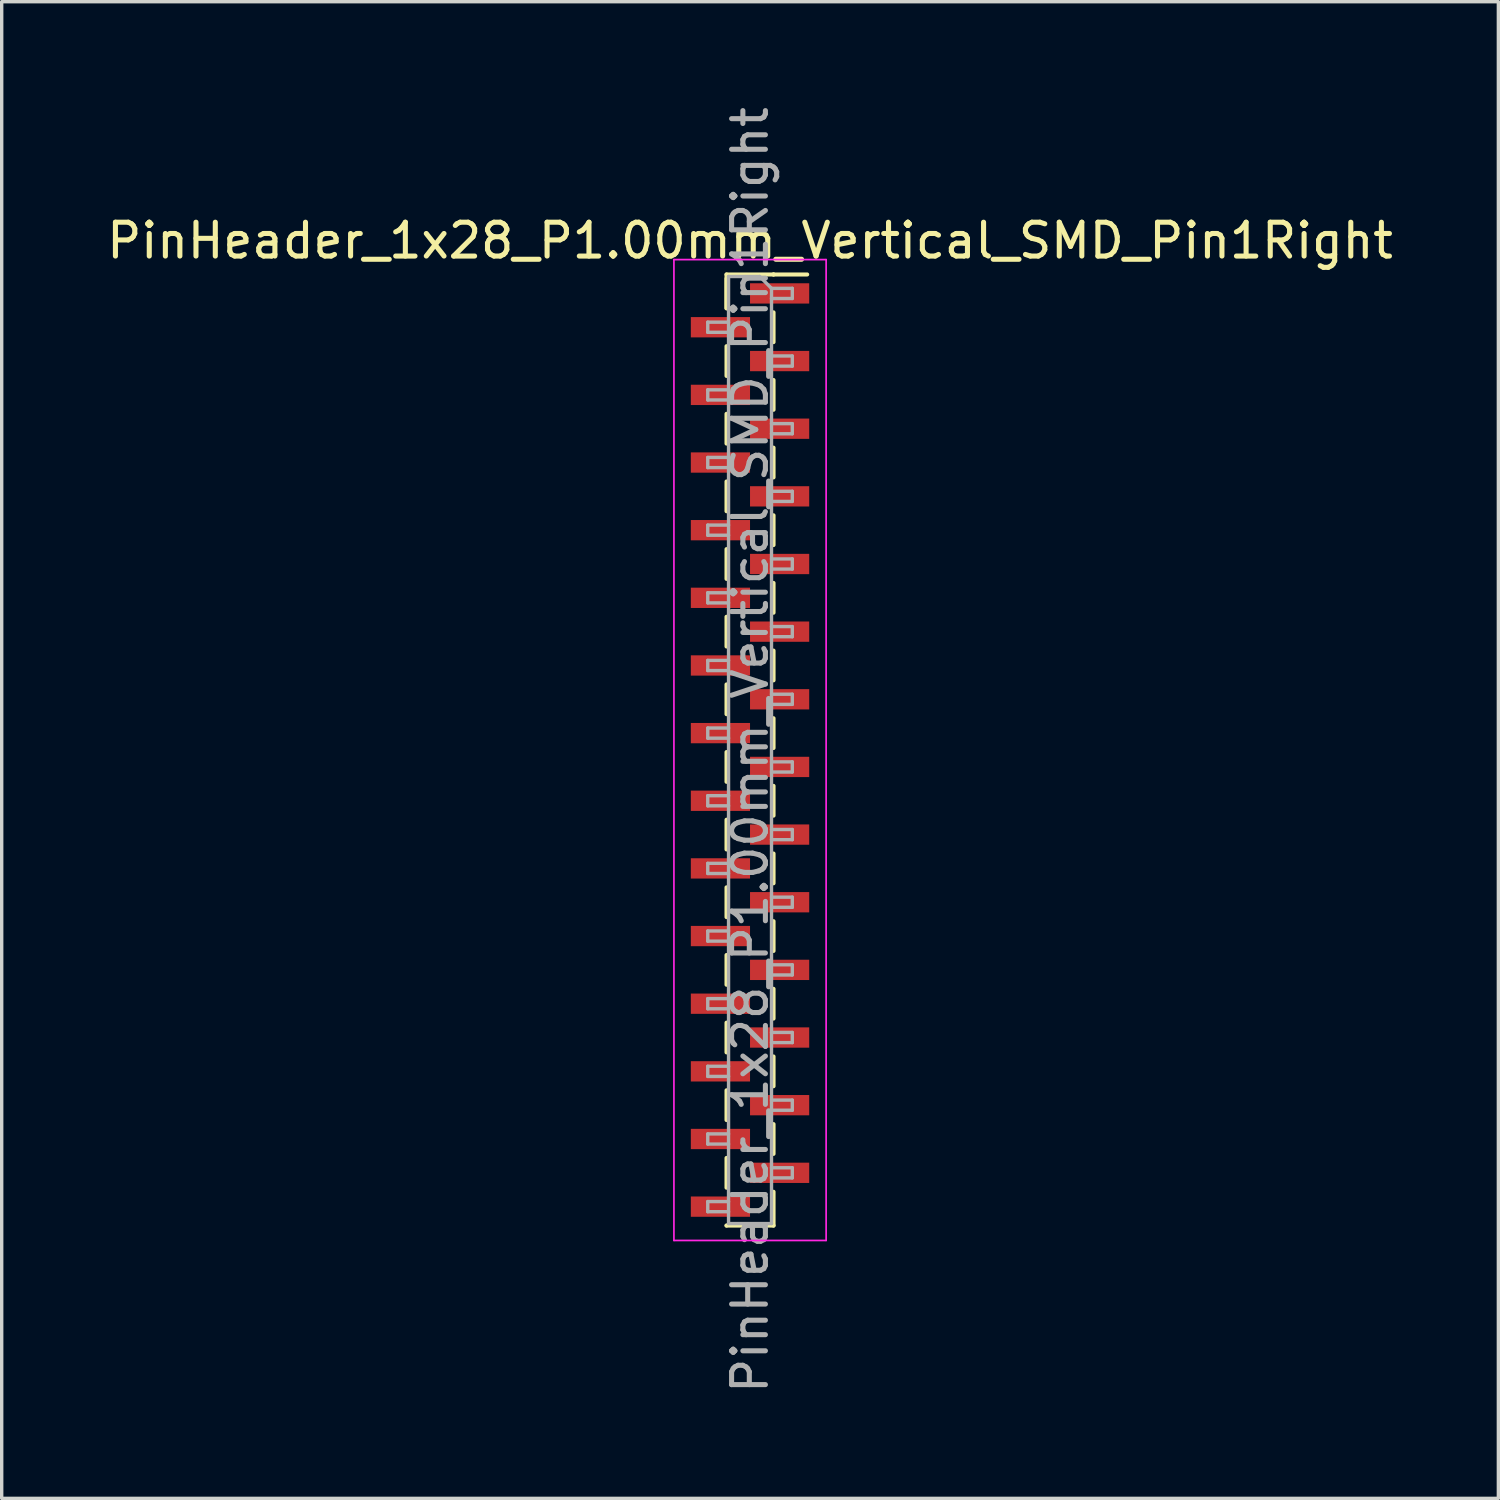
<source format=kicad_pcb>
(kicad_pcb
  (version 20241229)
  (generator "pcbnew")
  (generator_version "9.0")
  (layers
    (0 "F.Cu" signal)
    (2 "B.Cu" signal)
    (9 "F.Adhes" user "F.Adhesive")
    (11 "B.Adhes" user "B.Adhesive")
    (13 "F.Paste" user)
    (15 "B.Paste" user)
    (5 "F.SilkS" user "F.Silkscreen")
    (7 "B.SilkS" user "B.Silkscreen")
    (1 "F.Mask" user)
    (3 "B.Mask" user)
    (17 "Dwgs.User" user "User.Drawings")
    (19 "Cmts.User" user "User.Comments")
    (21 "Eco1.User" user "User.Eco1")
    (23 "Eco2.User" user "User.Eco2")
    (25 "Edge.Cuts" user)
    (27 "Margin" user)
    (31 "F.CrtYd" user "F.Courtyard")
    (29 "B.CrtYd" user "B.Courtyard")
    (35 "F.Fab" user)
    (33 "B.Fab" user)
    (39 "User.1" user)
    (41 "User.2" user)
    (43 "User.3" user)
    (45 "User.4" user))
  (footprint "PinHeader_1x28_P1.00mm_Vertical_SMD_Pin1Right"
    (layer "F.Cu")
    (at 19.125 19.125)
    (property "Reference" "PinHeader_1x28_P1.00mm_Vertical_SMD_Pin1Right" (at 0 -15.06 0) (layer "F.SilkS") (effects (font (size 1 1) (thickness 0.15))))
    (attr smd)
    (fp_line (start -0.695 -14.06) (end -0.695 -13.06) (stroke (width 0.12) (type solid)) (layer "F.SilkS"))
    (fp_line (start -0.695 -14.06) (end 0.695 -14.06) (stroke (width 0.12) (type solid)) (layer "F.SilkS"))
    (fp_line (start -0.695 -13.94) (end -0.695 -13.06) (stroke (width 0.12) (type solid)) (layer "F.SilkS"))
    (fp_line (start -0.695 -11.94) (end -0.695 -11.06) (stroke (width 0.12) (type solid)) (layer "F.SilkS"))
    (fp_line (start -0.695 -9.94) (end -0.695 -9.06) (stroke (width 0.12) (type solid)) (layer "F.SilkS"))
    (fp_line (start -0.695 -7.94) (end -0.695 -7.06) (stroke (width 0.12) (type solid)) (layer "F.SilkS"))
    (fp_line (start -0.695 -5.94) (end -0.695 -5.06) (stroke (width 0.12) (type solid)) (layer "F.SilkS"))
    (fp_line (start -0.695 -3.94) (end -0.695 -3.06) (stroke (width 0.12) (type solid)) (layer "F.SilkS"))
    (fp_line (start -0.695 -1.94) (end -0.695 -1.06) (stroke (width 0.12) (type solid)) (layer "F.SilkS"))
    (fp_line (start -0.695 0.06) (end -0.695 0.94) (stroke (width 0.12) (type solid)) (layer "F.SilkS"))
    (fp_line (start -0.695 2.06) (end -0.695 2.94) (stroke (width 0.12) (type solid)) (layer "F.SilkS"))
    (fp_line (start -0.695 4.06) (end -0.695 4.94) (stroke (width 0.12) (type solid)) (layer "F.SilkS"))
    (fp_line (start -0.695 6.06) (end -0.695 6.94) (stroke (width 0.12) (type solid)) (layer "F.SilkS"))
    (fp_line (start -0.695 8.06) (end -0.695 8.94) (stroke (width 0.12) (type solid)) (layer "F.SilkS"))
    (fp_line (start -0.695 10.06) (end -0.695 10.94) (stroke (width 0.12) (type solid)) (layer "F.SilkS"))
    (fp_line (start -0.695 12.06) (end -0.695 12.94) (stroke (width 0.12) (type solid)) (layer "F.SilkS"))
    (fp_line (start -0.695 14.06) (end -0.695 14.06) (stroke (width 0.12) (type solid)) (layer "F.SilkS"))
    (fp_line (start -0.695 14.06) (end 0.695 14.06) (stroke (width 0.12) (type solid)) (layer "F.SilkS"))
    (fp_line (start 0.695 -14.06) (end 0.695 -14.06) (stroke (width 0.12) (type solid)) (layer "F.SilkS"))
    (fp_line (start 0.695 -14.06) (end 1.69 -14.06) (stroke (width 0.12) (type solid)) (layer "F.SilkS"))
    (fp_line (start 0.695 -12.94) (end 0.695 -12.06) (stroke (width 0.12) (type solid)) (layer "F.SilkS"))
    (fp_line (start 0.695 -10.94) (end 0.695 -10.06) (stroke (width 0.12) (type solid)) (layer "F.SilkS"))
    (fp_line (start 0.695 -8.94) (end 0.695 -8.06) (stroke (width 0.12) (type solid)) (layer "F.SilkS"))
    (fp_line (start 0.695 -6.94) (end 0.695 -6.06) (stroke (width 0.12) (type solid)) (layer "F.SilkS"))
    (fp_line (start 0.695 -4.94) (end 0.695 -4.06) (stroke (width 0.12) (type solid)) (layer "F.SilkS"))
    (fp_line (start 0.695 -2.94) (end 0.695 -2.06) (stroke (width 0.12) (type solid)) (layer "F.SilkS"))
    (fp_line (start 0.695 -0.94) (end 0.695 -0.06) (stroke (width 0.12) (type solid)) (layer "F.SilkS"))
    (fp_line (start 0.695 1.06) (end 0.695 1.94) (stroke (width 0.12) (type solid)) (layer "F.SilkS"))
    (fp_line (start 0.695 3.06) (end 0.695 3.94) (stroke (width 0.12) (type solid)) (layer "F.SilkS"))
    (fp_line (start 0.695 5.06) (end 0.695 5.94) (stroke (width 0.12) (type solid)) (layer "F.SilkS"))
    (fp_line (start 0.695 7.06) (end 0.695 7.94) (stroke (width 0.12) (type solid)) (layer "F.SilkS"))
    (fp_line (start 0.695 9.06) (end 0.695 9.94) (stroke (width 0.12) (type solid)) (layer "F.SilkS"))
    (fp_line (start 0.695 11.06) (end 0.695 11.94) (stroke (width 0.12) (type solid)) (layer "F.SilkS"))
    (fp_line (start 0.695 13.06) (end 0.695 14.06) (stroke (width 0.12) (type solid)) (layer "F.SilkS"))
    (fp_line (start -2.25 -14.5) (end -2.25 14.5) (stroke (width 0.05) (type solid)) (layer "F.CrtYd"))
    (fp_line (start -2.25 14.5) (end 2.25 14.5) (stroke (width 0.05) (type solid)) (layer "F.CrtYd"))
    (fp_line (start 2.25 -14.5) (end -2.25 -14.5) (stroke (width 0.05) (type solid)) (layer "F.CrtYd"))
    (fp_line (start 2.25 14.5) (end 2.25 -14.5) (stroke (width 0.05) (type solid)) (layer "F.CrtYd"))
    (fp_line (start -1.25 -12.65) (end -1.25 -12.35) (stroke (width 0.1) (type solid)) (layer "F.Fab"))
    (fp_line (start -1.25 -12.35) (end -0.635 -12.35) (stroke (width 0.1) (type solid)) (layer "F.Fab"))
    (fp_line (start -1.25 -10.65) (end -1.25 -10.35) (stroke (width 0.1) (type solid)) (layer "F.Fab"))
    (fp_line (start -1.25 -10.35) (end -0.635 -10.35) (stroke (width 0.1) (type solid)) (layer "F.Fab"))
    (fp_line (start -1.25 -8.65) (end -1.25 -8.35) (stroke (width 0.1) (type solid)) (layer "F.Fab"))
    (fp_line (start -1.25 -8.35) (end -0.635 -8.35) (stroke (width 0.1) (type solid)) (layer "F.Fab"))
    (fp_line (start -1.25 -6.65) (end -1.25 -6.35) (stroke (width 0.1) (type solid)) (layer "F.Fab"))
    (fp_line (start -1.25 -6.35) (end -0.635 -6.35) (stroke (width 0.1) (type solid)) (layer "F.Fab"))
    (fp_line (start -1.25 -4.65) (end -1.25 -4.35) (stroke (width 0.1) (type solid)) (layer "F.Fab"))
    (fp_line (start -1.25 -4.35) (end -0.635 -4.35) (stroke (width 0.1) (type solid)) (layer "F.Fab"))
    (fp_line (start -1.25 -2.65) (end -1.25 -2.35) (stroke (width 0.1) (type solid)) (layer "F.Fab"))
    (fp_line (start -1.25 -2.35) (end -0.635 -2.35) (stroke (width 0.1) (type solid)) (layer "F.Fab"))
    (fp_line (start -1.25 -0.65) (end -1.25 -0.35) (stroke (width 0.1) (type solid)) (layer "F.Fab"))
    (fp_line (start -1.25 -0.35) (end -0.635 -0.35) (stroke (width 0.1) (type solid)) (layer "F.Fab"))
    (fp_line (start -1.25 1.35) (end -1.25 1.65) (stroke (width 0.1) (type solid)) (layer "F.Fab"))
    (fp_line (start -1.25 1.65) (end -0.635 1.65) (stroke (width 0.1) (type solid)) (layer "F.Fab"))
    (fp_line (start -1.25 3.35) (end -1.25 3.65) (stroke (width 0.1) (type solid)) (layer "F.Fab"))
    (fp_line (start -1.25 3.65) (end -0.635 3.65) (stroke (width 0.1) (type solid)) (layer "F.Fab"))
    (fp_line (start -1.25 5.35) (end -1.25 5.65) (stroke (width 0.1) (type solid)) (layer "F.Fab"))
    (fp_line (start -1.25 5.65) (end -0.635 5.65) (stroke (width 0.1) (type solid)) (layer "F.Fab"))
    (fp_line (start -1.25 7.35) (end -1.25 7.65) (stroke (width 0.1) (type solid)) (layer "F.Fab"))
    (fp_line (start -1.25 7.65) (end -0.635 7.65) (stroke (width 0.1) (type solid)) (layer "F.Fab"))
    (fp_line (start -1.25 9.35) (end -1.25 9.65) (stroke (width 0.1) (type solid)) (layer "F.Fab"))
    (fp_line (start -1.25 9.65) (end -0.635 9.65) (stroke (width 0.1) (type solid)) (layer "F.Fab"))
    (fp_line (start -1.25 11.35) (end -1.25 11.65) (stroke (width 0.1) (type solid)) (layer "F.Fab"))
    (fp_line (start -1.25 11.65) (end -0.635 11.65) (stroke (width 0.1) (type solid)) (layer "F.Fab"))
    (fp_line (start -1.25 13.35) (end -1.25 13.65) (stroke (width 0.1) (type solid)) (layer "F.Fab"))
    (fp_line (start -1.25 13.65) (end -0.635 13.65) (stroke (width 0.1) (type solid)) (layer "F.Fab"))
    (fp_line (start -0.635 -14) (end -0.635 14) (stroke (width 0.1) (type solid)) (layer "F.Fab"))
    (fp_line (start -0.635 -14) (end 0.285 -14) (stroke (width 0.1) (type solid)) (layer "F.Fab"))
    (fp_line (start -0.635 -12.65) (end -1.25 -12.65) (stroke (width 0.1) (type solid)) (layer "F.Fab"))
    (fp_line (start -0.635 -10.65) (end -1.25 -10.65) (stroke (width 0.1) (type solid)) (layer "F.Fab"))
    (fp_line (start -0.635 -8.65) (end -1.25 -8.65) (stroke (width 0.1) (type solid)) (layer "F.Fab"))
    (fp_line (start -0.635 -6.65) (end -1.25 -6.65) (stroke (width 0.1) (type solid)) (layer "F.Fab"))
    (fp_line (start -0.635 -4.65) (end -1.25 -4.65) (stroke (width 0.1) (type solid)) (layer "F.Fab"))
    (fp_line (start -0.635 -2.65) (end -1.25 -2.65) (stroke (width 0.1) (type solid)) (layer "F.Fab"))
    (fp_line (start -0.635 -0.65) (end -1.25 -0.65) (stroke (width 0.1) (type solid)) (layer "F.Fab"))
    (fp_line (start -0.635 1.35) (end -1.25 1.35) (stroke (width 0.1) (type solid)) (layer "F.Fab"))
    (fp_line (start -0.635 3.35) (end -1.25 3.35) (stroke (width 0.1) (type solid)) (layer "F.Fab"))
    (fp_line (start -0.635 5.35) (end -1.25 5.35) (stroke (width 0.1) (type solid)) (layer "F.Fab"))
    (fp_line (start -0.635 7.35) (end -1.25 7.35) (stroke (width 0.1) (type solid)) (layer "F.Fab"))
    (fp_line (start -0.635 9.35) (end -1.25 9.35) (stroke (width 0.1) (type solid)) (layer "F.Fab"))
    (fp_line (start -0.635 11.35) (end -1.25 11.35) (stroke (width 0.1) (type solid)) (layer "F.Fab"))
    (fp_line (start -0.635 13.35) (end -1.25 13.35) (stroke (width 0.1) (type solid)) (layer "F.Fab"))
    (fp_line (start 0.635 -13.65) (end 0.285 -14) (stroke (width 0.1) (type solid)) (layer "F.Fab"))
    (fp_line (start 0.635 -13.65) (end 1.25 -13.65) (stroke (width 0.1) (type solid)) (layer "F.Fab"))
    (fp_line (start 0.635 -11.65) (end 1.25 -11.65) (stroke (width 0.1) (type solid)) (layer "F.Fab"))
    (fp_line (start 0.635 -9.65) (end 1.25 -9.65) (stroke (width 0.1) (type solid)) (layer "F.Fab"))
    (fp_line (start 0.635 -7.65) (end 1.25 -7.65) (stroke (width 0.1) (type solid)) (layer "F.Fab"))
    (fp_line (start 0.635 -5.65) (end 1.25 -5.65) (stroke (width 0.1) (type solid)) (layer "F.Fab"))
    (fp_line (start 0.635 -3.65) (end 1.25 -3.65) (stroke (width 0.1) (type solid)) (layer "F.Fab"))
    (fp_line (start 0.635 -1.65) (end 1.25 -1.65) (stroke (width 0.1) (type solid)) (layer "F.Fab"))
    (fp_line (start 0.635 0.35) (end 1.25 0.35) (stroke (width 0.1) (type solid)) (layer "F.Fab"))
    (fp_line (start 0.635 2.35) (end 1.25 2.35) (stroke (width 0.1) (type solid)) (layer "F.Fab"))
    (fp_line (start 0.635 4.35) (end 1.25 4.35) (stroke (width 0.1) (type solid)) (layer "F.Fab"))
    (fp_line (start 0.635 6.35) (end 1.25 6.35) (stroke (width 0.1) (type solid)) (layer "F.Fab"))
    (fp_line (start 0.635 8.35) (end 1.25 8.35) (stroke (width 0.1) (type solid)) (layer "F.Fab"))
    (fp_line (start 0.635 10.35) (end 1.25 10.35) (stroke (width 0.1) (type solid)) (layer "F.Fab"))
    (fp_line (start 0.635 12.35) (end 1.25 12.35) (stroke (width 0.1) (type solid)) (layer "F.Fab"))
    (fp_line (start 0.635 14) (end -0.635 14) (stroke (width 0.1) (type solid)) (layer "F.Fab"))
    (fp_line (start 0.635 14) (end 0.635 -13.65) (stroke (width 0.1) (type solid)) (layer "F.Fab"))
    (fp_line (start 1.25 -13.65) (end 1.25 -13.35) (stroke (width 0.1) (type solid)) (layer "F.Fab"))
    (fp_line (start 1.25 -13.35) (end 0.635 -13.35) (stroke (width 0.1) (type solid)) (layer "F.Fab"))
    (fp_line (start 1.25 -11.65) (end 1.25 -11.35) (stroke (width 0.1) (type solid)) (layer "F.Fab"))
    (fp_line (start 1.25 -11.35) (end 0.635 -11.35) (stroke (width 0.1) (type solid)) (layer "F.Fab"))
    (fp_line (start 1.25 -9.65) (end 1.25 -9.35) (stroke (width 0.1) (type solid)) (layer "F.Fab"))
    (fp_line (start 1.25 -9.35) (end 0.635 -9.35) (stroke (width 0.1) (type solid)) (layer "F.Fab"))
    (fp_line (start 1.25 -7.65) (end 1.25 -7.35) (stroke (width 0.1) (type solid)) (layer "F.Fab"))
    (fp_line (start 1.25 -7.35) (end 0.635 -7.35) (stroke (width 0.1) (type solid)) (layer "F.Fab"))
    (fp_line (start 1.25 -5.65) (end 1.25 -5.35) (stroke (width 0.1) (type solid)) (layer "F.Fab"))
    (fp_line (start 1.25 -5.35) (end 0.635 -5.35) (stroke (width 0.1) (type solid)) (layer "F.Fab"))
    (fp_line (start 1.25 -3.65) (end 1.25 -3.35) (stroke (width 0.1) (type solid)) (layer "F.Fab"))
    (fp_line (start 1.25 -3.35) (end 0.635 -3.35) (stroke (width 0.1) (type solid)) (layer "F.Fab"))
    (fp_line (start 1.25 -1.65) (end 1.25 -1.35) (stroke (width 0.1) (type solid)) (layer "F.Fab"))
    (fp_line (start 1.25 -1.35) (end 0.635 -1.35) (stroke (width 0.1) (type solid)) (layer "F.Fab"))
    (fp_line (start 1.25 0.35) (end 1.25 0.65) (stroke (width 0.1) (type solid)) (layer "F.Fab"))
    (fp_line (start 1.25 0.65) (end 0.635 0.65) (stroke (width 0.1) (type solid)) (layer "F.Fab"))
    (fp_line (start 1.25 2.35) (end 1.25 2.65) (stroke (width 0.1) (type solid)) (layer "F.Fab"))
    (fp_line (start 1.25 2.65) (end 0.635 2.65) (stroke (width 0.1) (type solid)) (layer "F.Fab"))
    (fp_line (start 1.25 4.35) (end 1.25 4.65) (stroke (width 0.1) (type solid)) (layer "F.Fab"))
    (fp_line (start 1.25 4.65) (end 0.635 4.65) (stroke (width 0.1) (type solid)) (layer "F.Fab"))
    (fp_line (start 1.25 6.35) (end 1.25 6.65) (stroke (width 0.1) (type solid)) (layer "F.Fab"))
    (fp_line (start 1.25 6.65) (end 0.635 6.65) (stroke (width 0.1) (type solid)) (layer "F.Fab"))
    (fp_line (start 1.25 8.35) (end 1.25 8.65) (stroke (width 0.1) (type solid)) (layer "F.Fab"))
    (fp_line (start 1.25 8.65) (end 0.635 8.65) (stroke (width 0.1) (type solid)) (layer "F.Fab"))
    (fp_line (start 1.25 10.35) (end 1.25 10.65) (stroke (width 0.1) (type solid)) (layer "F.Fab"))
    (fp_line (start 1.25 10.65) (end 0.635 10.65) (stroke (width 0.1) (type solid)) (layer "F.Fab"))
    (fp_line (start 1.25 12.35) (end 1.25 12.65) (stroke (width 0.1) (type solid)) (layer "F.Fab"))
    (fp_line (start 1.25 12.65) (end 0.635 12.65) (stroke (width 0.1) (type solid)) (layer "F.Fab"))
    (fp_text user "${REFERENCE}" (at 0 0 90) (layer "F.Fab") (effects (font (size 1 1) (thickness 0.15))))
    (pad "1" smd rect (at 0.875 -13.5) (size 1.75 0.6) (layers "F.Cu" "F.Mask" "F.Paste"))
    (pad "2" smd rect (at -0.875 -12.5) (size 1.75 0.6) (layers "F.Cu" "F.Mask" "F.Paste"))
    (pad "3" smd rect (at 0.875 -11.5) (size 1.75 0.6) (layers "F.Cu" "F.Mask" "F.Paste"))
    (pad "4" smd rect (at -0.875 -10.5) (size 1.75 0.6) (layers "F.Cu" "F.Mask" "F.Paste"))
    (pad "5" smd rect (at 0.875 -9.5) (size 1.75 0.6) (layers "F.Cu" "F.Mask" "F.Paste"))
    (pad "6" smd rect (at -0.875 -8.5) (size 1.75 0.6) (layers "F.Cu" "F.Mask" "F.Paste"))
    (pad "7" smd rect (at 0.875 -7.5) (size 1.75 0.6) (layers "F.Cu" "F.Mask" "F.Paste"))
    (pad "8" smd rect (at -0.875 -6.5) (size 1.75 0.6) (layers "F.Cu" "F.Mask" "F.Paste"))
    (pad "9" smd rect (at 0.875 -5.5) (size 1.75 0.6) (layers "F.Cu" "F.Mask" "F.Paste"))
    (pad "10" smd rect (at -0.875 -4.5) (size 1.75 0.6) (layers "F.Cu" "F.Mask" "F.Paste"))
    (pad "11" smd rect (at 0.875 -3.5) (size 1.75 0.6) (layers "F.Cu" "F.Mask" "F.Paste"))
    (pad "12" smd rect (at -0.875 -2.5) (size 1.75 0.6) (layers "F.Cu" "F.Mask" "F.Paste"))
    (pad "13" smd rect (at 0.875 -1.5) (size 1.75 0.6) (layers "F.Cu" "F.Mask" "F.Paste"))
    (pad "14" smd rect (at -0.875 -0.5) (size 1.75 0.6) (layers "F.Cu" "F.Mask" "F.Paste"))
    (pad "15" smd rect (at 0.875 0.5) (size 1.75 0.6) (layers "F.Cu" "F.Mask" "F.Paste"))
    (pad "16" smd rect (at -0.875 1.5) (size 1.75 0.6) (layers "F.Cu" "F.Mask" "F.Paste"))
    (pad "17" smd rect (at 0.875 2.5) (size 1.75 0.6) (layers "F.Cu" "F.Mask" "F.Paste"))
    (pad "18" smd rect (at -0.875 3.5) (size 1.75 0.6) (layers "F.Cu" "F.Mask" "F.Paste"))
    (pad "19" smd rect (at 0.875 4.5) (size 1.75 0.6) (layers "F.Cu" "F.Mask" "F.Paste"))
    (pad "20" smd rect (at -0.875 5.5) (size 1.75 0.6) (layers "F.Cu" "F.Mask" "F.Paste"))
    (pad "21" smd rect (at 0.875 6.5) (size 1.75 0.6) (layers "F.Cu" "F.Mask" "F.Paste"))
    (pad "22" smd rect (at -0.875 7.5) (size 1.75 0.6) (layers "F.Cu" "F.Mask" "F.Paste"))
    (pad "23" smd rect (at 0.875 8.5) (size 1.75 0.6) (layers "F.Cu" "F.Mask" "F.Paste"))
    (pad "24" smd rect (at -0.875 9.5) (size 1.75 0.6) (layers "F.Cu" "F.Mask" "F.Paste"))
    (pad "25" smd rect (at 0.875 10.5) (size 1.75 0.6) (layers "F.Cu" "F.Mask" "F.Paste"))
    (pad "26" smd rect (at -0.875 11.5) (size 1.75 0.6) (layers "F.Cu" "F.Mask" "F.Paste"))
    (pad "27" smd rect (at 0.875 12.5) (size 1.75 0.6) (layers "F.Cu" "F.Mask" "F.Paste"))
    (pad "28" smd rect (at -0.875 13.5) (size 1.75 0.6) (layers "F.Cu" "F.Mask" "F.Paste")))
  (gr_rect
    (start -3 -3)
    (end 41.25 41.25)
    (stroke (width 0.1) (type default))
    (fill no)
    (layer "Edge.Cuts")))
</source>
